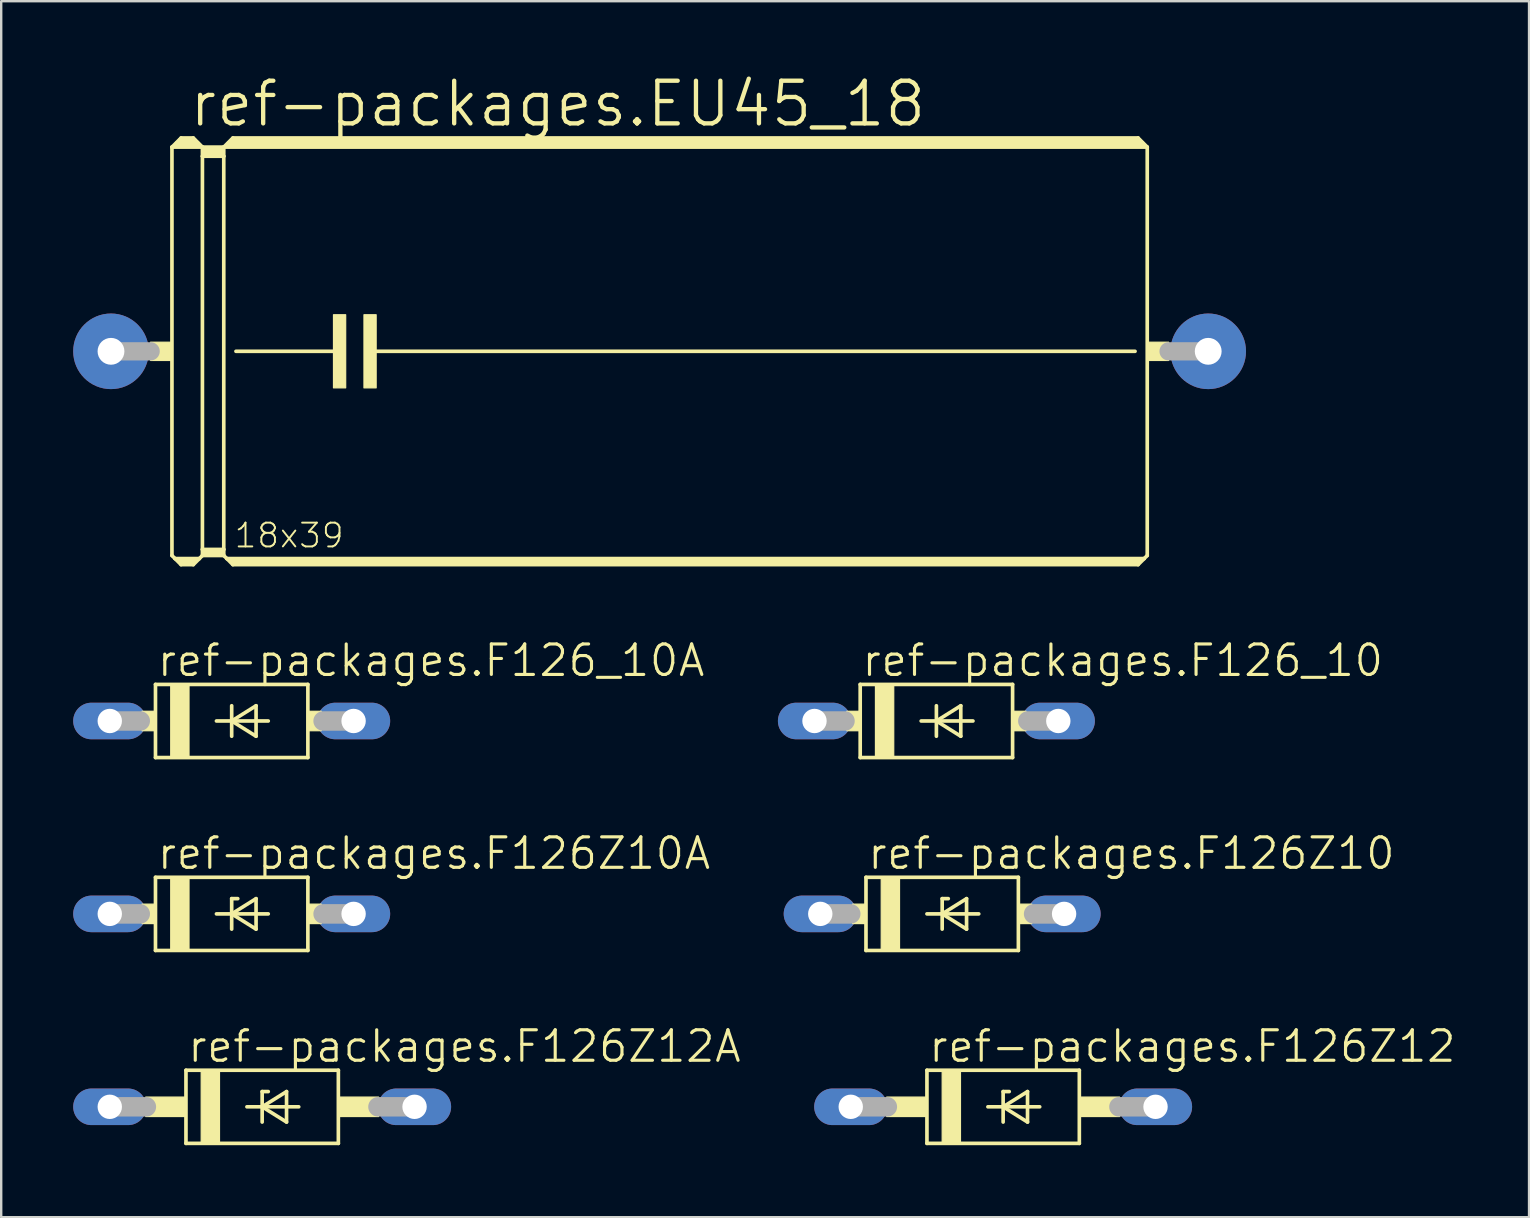
<source format=kicad_pcb>
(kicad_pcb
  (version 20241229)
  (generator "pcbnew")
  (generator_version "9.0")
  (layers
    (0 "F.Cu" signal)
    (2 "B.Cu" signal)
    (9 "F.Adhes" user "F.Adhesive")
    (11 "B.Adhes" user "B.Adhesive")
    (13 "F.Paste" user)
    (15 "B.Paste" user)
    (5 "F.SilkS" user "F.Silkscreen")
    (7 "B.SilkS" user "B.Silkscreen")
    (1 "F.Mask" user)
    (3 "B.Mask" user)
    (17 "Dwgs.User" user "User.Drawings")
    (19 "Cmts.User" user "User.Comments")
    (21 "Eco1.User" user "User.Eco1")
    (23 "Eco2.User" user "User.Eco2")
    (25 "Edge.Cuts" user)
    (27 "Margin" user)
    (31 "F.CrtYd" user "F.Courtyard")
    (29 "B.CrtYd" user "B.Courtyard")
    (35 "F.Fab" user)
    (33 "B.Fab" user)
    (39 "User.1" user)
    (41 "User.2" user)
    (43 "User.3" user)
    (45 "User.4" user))
  (footprint "ref-packages.F126Z10A"
    (layer "F.Cu")
    (at 6.604 35.031)
    (property "Reference" "ref-packages.F126Z10A" (at -3.175 -1.778 0) (layer "F.SilkS") (effects (font (size 1.27 1.27) (thickness 0.13)) (justify left bottom)))
    (attr through_hole)
    (fp_line (start -3.175 -1.524) (end -3.175 1.524) (stroke (width 0.152) (type default)) (layer "F.SilkS"))
    (fp_line (start -3.175 1.524) (end 3.175 1.524) (stroke (width 0.152) (type default)) (layer "F.SilkS"))
    (fp_line (start -0.635 0) (end 0 0) (stroke (width 0.152) (type default)) (layer "F.SilkS"))
    (fp_line (start 0 -0.635) (end 0 0) (stroke (width 0.152) (type default)) (layer "F.SilkS"))
    (fp_line (start 0 0) (end 0 0.635) (stroke (width 0.152) (type default)) (layer "F.SilkS"))
    (fp_line (start 0 0) (end 1.016 -0.635) (stroke (width 0.152) (type default)) (layer "F.SilkS"))
    (fp_line (start 0 0) (end 1.524 0) (stroke (width 0.152) (type default)) (layer "F.SilkS"))
    (fp_line (start 0.254 -0.635) (end 0 -0.635) (stroke (width 0.152) (type default)) (layer "F.SilkS"))
    (fp_line (start 1.016 -0.635) (end 1.016 0.635) (stroke (width 0.152) (type default)) (layer "F.SilkS"))
    (fp_line (start 1.016 0.635) (end 0 0) (stroke (width 0.152) (type default)) (layer "F.SilkS"))
    (fp_line (start 3.175 -1.524) (end -3.175 -1.524) (stroke (width 0.152) (type default)) (layer "F.SilkS"))
    (fp_line (start 3.175 1.524) (end 3.175 -1.524) (stroke (width 0.152) (type default)) (layer "F.SilkS"))
    (fp_rect (start -3.734 0.406) (end -3.175 -0.406) (stroke (width 0.05) (type default)) (fill yes) (layer "F.SilkS"))
    (fp_rect (start -2.54 1.524) (end -1.778 -1.524) (stroke (width 0.05) (type default)) (fill yes) (layer "F.SilkS"))
    (fp_rect (start 3.175 0.406) (end 3.734 -0.406) (stroke (width 0.05) (type default)) (fill yes) (layer "F.SilkS"))
    (fp_line (start -5.08 0) (end -3.81 0) (stroke (width 0.813) (type default)) (layer "F.Fab"))
    (fp_line (start 5.08 0) (end 3.81 0) (stroke (width 0.813) (type default)) (layer "F.Fab"))
    (pad "A" thru_hole oval (at 5.08 0) (size 3.048 1.524) (drill 1.016) (layers "*.Cu" "*.Mask"))
    (pad "C" thru_hole oval (at -5.08 0) (size 3.048 1.524) (drill 1.016) (layers "*.Cu" "*.Mask")))
  (footprint "ref-packages.F126Z10"
    (layer "F.Cu")
    (at 36.21 35.031)
    (property "Reference" "ref-packages.F126Z10" (at -3.175 -1.778 0) (layer "F.SilkS") (effects (font (size 1.27 1.27) (thickness 0.13)) (justify left bottom)))
    (attr through_hole)
    (fp_line (start -3.175 -1.524) (end -3.175 1.524) (stroke (width 0.152) (type default)) (layer "F.SilkS"))
    (fp_line (start -3.175 1.524) (end 3.175 1.524) (stroke (width 0.152) (type default)) (layer "F.SilkS"))
    (fp_line (start -0.635 0) (end 0 0) (stroke (width 0.152) (type default)) (layer "F.SilkS"))
    (fp_line (start 0 -0.635) (end 0 0) (stroke (width 0.152) (type default)) (layer "F.SilkS"))
    (fp_line (start 0 0) (end 0 0.635) (stroke (width 0.152) (type default)) (layer "F.SilkS"))
    (fp_line (start 0 0) (end 1.016 -0.635) (stroke (width 0.152) (type default)) (layer "F.SilkS"))
    (fp_line (start 0 0) (end 1.524 0) (stroke (width 0.152) (type default)) (layer "F.SilkS"))
    (fp_line (start 0.254 -0.635) (end 0 -0.635) (stroke (width 0.152) (type default)) (layer "F.SilkS"))
    (fp_line (start 1.016 -0.635) (end 1.016 0.635) (stroke (width 0.152) (type default)) (layer "F.SilkS"))
    (fp_line (start 1.016 0.635) (end 0 0) (stroke (width 0.152) (type default)) (layer "F.SilkS"))
    (fp_line (start 3.175 -1.524) (end -3.175 -1.524) (stroke (width 0.152) (type default)) (layer "F.SilkS"))
    (fp_line (start 3.175 1.524) (end 3.175 -1.524) (stroke (width 0.152) (type default)) (layer "F.SilkS"))
    (fp_rect (start -3.734 0.406) (end -3.175 -0.406) (stroke (width 0.05) (type default)) (fill yes) (layer "F.SilkS"))
    (fp_rect (start -2.54 1.524) (end -1.778 -1.524) (stroke (width 0.05) (type default)) (fill yes) (layer "F.SilkS"))
    (fp_rect (start 3.175 0.406) (end 3.734 -0.406) (stroke (width 0.05) (type default)) (fill yes) (layer "F.SilkS"))
    (fp_line (start -5.08 0) (end -3.81 0) (stroke (width 0.813) (type default)) (layer "F.Fab"))
    (fp_line (start 5.08 0) (end 3.81 0) (stroke (width 0.813) (type default)) (layer "F.Fab"))
    (pad "A" thru_hole oval (at 5.08 0) (size 3.048 1.524) (drill 1.016) (layers "*.Cu" "*.Mask"))
    (pad "C" thru_hole oval (at -5.08 0) (size 3.048 1.524) (drill 1.016) (layers "*.Cu" "*.Mask")))
  (footprint "ref-packages.F126_10A"
    (layer "F.Cu")
    (at 6.604 26.993)
    (property "Reference" "ref-packages.F126_10A" (at -3.175 -1.778 0) (layer "F.SilkS") (effects (font (size 1.27 1.27) (thickness 0.13)) (justify left bottom)))
    (attr through_hole)
    (fp_line (start -3.175 -1.524) (end -3.175 1.524) (stroke (width 0.152) (type default)) (layer "F.SilkS"))
    (fp_line (start -3.175 1.524) (end 3.175 1.524) (stroke (width 0.152) (type default)) (layer "F.SilkS"))
    (fp_line (start -0.635 0) (end 0 0) (stroke (width 0.152) (type default)) (layer "F.SilkS"))
    (fp_line (start 0 -0.635) (end 0 0) (stroke (width 0.152) (type default)) (layer "F.SilkS"))
    (fp_line (start 0 0) (end 0 0.635) (stroke (width 0.152) (type default)) (layer "F.SilkS"))
    (fp_line (start 0 0) (end 1.016 -0.635) (stroke (width 0.152) (type default)) (layer "F.SilkS"))
    (fp_line (start 0 0) (end 1.524 0) (stroke (width 0.152) (type default)) (layer "F.SilkS"))
    (fp_line (start 1.016 -0.635) (end 1.016 0.635) (stroke (width 0.152) (type default)) (layer "F.SilkS"))
    (fp_line (start 1.016 0.635) (end 0 0) (stroke (width 0.152) (type default)) (layer "F.SilkS"))
    (fp_line (start 3.175 -1.524) (end -3.175 -1.524) (stroke (width 0.152) (type default)) (layer "F.SilkS"))
    (fp_line (start 3.175 1.524) (end 3.175 -1.524) (stroke (width 0.152) (type default)) (layer "F.SilkS"))
    (fp_rect (start -3.734 0.406) (end -3.175 -0.406) (stroke (width 0.05) (type default)) (fill yes) (layer "F.SilkS"))
    (fp_rect (start -2.54 1.524) (end -1.778 -1.524) (stroke (width 0.05) (type default)) (fill yes) (layer "F.SilkS"))
    (fp_rect (start 3.175 0.406) (end 3.734 -0.406) (stroke (width 0.05) (type default)) (fill yes) (layer "F.SilkS"))
    (fp_line (start -5.08 0) (end -3.81 0) (stroke (width 0.813) (type default)) (layer "F.Fab"))
    (fp_line (start 5.08 0) (end 3.81 0) (stroke (width 0.813) (type default)) (layer "F.Fab"))
    (pad "A" thru_hole oval (at 5.08 0) (size 3.048 1.524) (drill 1.016) (layers "*.Cu" "*.Mask"))
    (pad "C" thru_hole oval (at -5.08 0) (size 3.048 1.524) (drill 1.016) (layers "*.Cu" "*.Mask")))
  (footprint "ref-packages.F126Z12"
    (layer "F.Cu")
    (at 38.75 43.07)
    (property "Reference" "ref-packages.F126Z12" (at -3.175 -1.778 0) (layer "F.SilkS") (effects (font (size 1.27 1.27) (thickness 0.13)) (justify left bottom)))
    (attr through_hole)
    (fp_line (start -3.175 -1.524) (end -3.175 1.524) (stroke (width 0.152) (type default)) (layer "F.SilkS"))
    (fp_line (start -3.175 1.524) (end 3.175 1.524) (stroke (width 0.152) (type default)) (layer "F.SilkS"))
    (fp_line (start -0.635 0) (end 0 0) (stroke (width 0.152) (type default)) (layer "F.SilkS"))
    (fp_line (start 0 -0.635) (end 0 0) (stroke (width 0.152) (type default)) (layer "F.SilkS"))
    (fp_line (start 0 0) (end 0 0.635) (stroke (width 0.152) (type default)) (layer "F.SilkS"))
    (fp_line (start 0 0) (end 1.016 -0.635) (stroke (width 0.152) (type default)) (layer "F.SilkS"))
    (fp_line (start 0 0) (end 1.524 0) (stroke (width 0.152) (type default)) (layer "F.SilkS"))
    (fp_line (start 0.254 -0.635) (end 0 -0.635) (stroke (width 0.152) (type default)) (layer "F.SilkS"))
    (fp_line (start 1.016 -0.635) (end 1.016 0.635) (stroke (width 0.152) (type default)) (layer "F.SilkS"))
    (fp_line (start 1.016 0.635) (end 0 0) (stroke (width 0.152) (type default)) (layer "F.SilkS"))
    (fp_line (start 3.175 -1.524) (end -3.175 -1.524) (stroke (width 0.152) (type default)) (layer "F.SilkS"))
    (fp_line (start 3.175 1.524) (end 3.175 -1.524) (stroke (width 0.152) (type default)) (layer "F.SilkS"))
    (fp_rect (start -4.851 0.406) (end -3.175 -0.406) (stroke (width 0.05) (type default)) (fill yes) (layer "F.SilkS"))
    (fp_rect (start -2.54 1.524) (end -1.778 -1.524) (stroke (width 0.05) (type default)) (fill yes) (layer "F.SilkS"))
    (fp_rect (start 3.175 0.406) (end 4.851 -0.406) (stroke (width 0.05) (type default)) (fill yes) (layer "F.SilkS"))
    (fp_line (start -6.35 0) (end -4.826 0) (stroke (width 0.813) (type default)) (layer "F.Fab"))
    (fp_line (start 6.35 0) (end 4.826 0) (stroke (width 0.813) (type default)) (layer "F.Fab"))
    (pad "A" thru_hole oval (at 6.35 0) (size 3.048 1.524) (drill 1.016) (layers "*.Cu" "*.Mask"))
    (pad "C" thru_hole oval (at -6.35 0) (size 3.048 1.524) (drill 1.016) (layers "*.Cu" "*.Mask")))
  (footprint "ref-packages.EU45_18"
    (layer "F.Cu")
    (at 24.435 11.589)
    (property "Reference" "ref-packages.EU45_18" (at -19.685 -9.271 0) (layer "F.SilkS") (effects (font (size 1.778 1.778) (thickness 0.18)) (justify left bottom)))
    (attr through_hole)
    (fp_line (start -20.32 -8.509) (end -20.32 8.509) (stroke (width 0.152) (type default)) (layer "F.SilkS"))
    (fp_line (start -20.32 -8.509) (end -19.939 -8.89) (stroke (width 0.152) (type default)) (layer "F.SilkS"))
    (fp_line (start -20.32 -8.509) (end -19.05 -8.509) (stroke (width 0.152) (type default)) (layer "F.SilkS"))
    (fp_line (start -20.32 8.509) (end -20.193 8.636) (stroke (width 0.152) (type default)) (layer "F.SilkS"))
    (fp_line (start -20.193 8.636) (end -19.939 8.89) (stroke (width 0.152) (type default)) (layer "F.SilkS"))
    (fp_line (start -20.193 8.636) (end -19.177 8.636) (stroke (width 0.152) (type default)) (layer "F.SilkS"))
    (fp_line (start -20.066 -8.636) (end -19.304 -8.636) (stroke (width 0.305) (type default)) (layer "F.SilkS"))
    (fp_line (start -19.939 -8.89) (end -19.431 -8.89) (stroke (width 0.152) (type default)) (layer "F.SilkS"))
    (fp_line (start -19.939 -8.763) (end -19.431 -8.763) (stroke (width 0.305) (type default)) (layer "F.SilkS"))
    (fp_line (start -19.939 8.763) (end -19.431 8.763) (stroke (width 0.254) (type default)) (layer "F.SilkS"))
    (fp_line (start -19.939 8.89) (end -19.431 8.89) (stroke (width 0.152) (type default)) (layer "F.SilkS"))
    (fp_line (start -19.177 8.636) (end -19.431 8.89) (stroke (width 0.152) (type default)) (layer "F.SilkS"))
    (fp_line (start -19.05 -8.509) (end -19.431 -8.89) (stroke (width 0.152) (type default)) (layer "F.SilkS"))
    (fp_line (start -19.05 -8.509) (end -19.05 -8.128) (stroke (width 0.152) (type default)) (layer "F.SilkS"))
    (fp_line (start -19.05 -8.509) (end -18.161 -8.509) (stroke (width 0.152) (type default)) (layer "F.SilkS"))
    (fp_line (start -19.05 -8.128) (end -18.161 -8.128) (stroke (width 0.152) (type default)) (layer "F.SilkS"))
    (fp_line (start -19.05 8.255) (end -19.05 -8.128) (stroke (width 0.152) (type default)) (layer "F.SilkS"))
    (fp_line (start -19.05 8.255) (end -18.161 8.255) (stroke (width 0.152) (type default)) (layer "F.SilkS"))
    (fp_line (start -19.05 8.509) (end -19.177 8.636) (stroke (width 0.152) (type default)) (layer "F.SilkS"))
    (fp_line (start -19.05 8.509) (end -19.05 8.255) (stroke (width 0.152) (type default)) (layer "F.SilkS"))
    (fp_line (start -19.05 8.509) (end -18.161 8.509) (stroke (width 0.152) (type default)) (layer "F.SilkS"))
    (fp_line (start -18.923 -8.382) (end -18.288 -8.382) (stroke (width 0.305) (type default)) (layer "F.SilkS"))
    (fp_line (start -18.923 -8.255) (end -18.288 -8.255) (stroke (width 0.305) (type default)) (layer "F.SilkS"))
    (fp_line (start -18.923 8.382) (end -18.288 8.382) (stroke (width 0.254) (type default)) (layer "F.SilkS"))
    (fp_line (start -18.161 -8.509) (end -18.161 -8.128) (stroke (width 0.152) (type default)) (layer "F.SilkS"))
    (fp_line (start -18.161 -8.509) (end 20.32 -8.509) (stroke (width 0.152) (type default)) (layer "F.SilkS"))
    (fp_line (start -18.161 -8.128) (end -18.161 8.255) (stroke (width 0.152) (type default)) (layer "F.SilkS"))
    (fp_line (start -18.161 8.255) (end -18.161 8.509) (stroke (width 0.152) (type default)) (layer "F.SilkS"))
    (fp_line (start -18.034 8.636) (end -18.161 8.509) (stroke (width 0.152) (type default)) (layer "F.SilkS"))
    (fp_line (start -18.034 8.636) (end 20.193 8.636) (stroke (width 0.152) (type default)) (layer "F.SilkS"))
    (fp_line (start -17.907 -8.636) (end 20.066 -8.636) (stroke (width 0.305) (type default)) (layer "F.SilkS"))
    (fp_line (start -17.78 -8.89) (end -18.161 -8.509) (stroke (width 0.152) (type default)) (layer "F.SilkS"))
    (fp_line (start -17.78 -8.89) (end 19.939 -8.89) (stroke (width 0.152) (type default)) (layer "F.SilkS"))
    (fp_line (start -17.78 -8.763) (end 19.939 -8.763) (stroke (width 0.305) (type default)) (layer "F.SilkS"))
    (fp_line (start -17.78 8.763) (end 19.939 8.763) (stroke (width 0.254) (type default)) (layer "F.SilkS"))
    (fp_line (start -17.78 8.89) (end -18.034 8.636) (stroke (width 0.152) (type default)) (layer "F.SilkS"))
    (fp_line (start -17.78 8.89) (end 19.939 8.89) (stroke (width 0.152) (type default)) (layer "F.SilkS"))
    (fp_line (start -17.653 0) (end -13.335 0) (stroke (width 0.152) (type default)) (layer "F.SilkS"))
    (fp_line (start -11.938 0) (end 19.812 0) (stroke (width 0.152) (type default)) (layer "F.SilkS"))
    (fp_line (start 19.939 -8.89) (end 20.32 -8.509) (stroke (width 0.152) (type default)) (layer "F.SilkS"))
    (fp_line (start 19.939 8.89) (end 20.193 8.636) (stroke (width 0.152) (type default)) (layer "F.SilkS"))
    (fp_line (start 20.193 8.636) (end 20.32 8.509) (stroke (width 0.152) (type default)) (layer "F.SilkS"))
    (fp_line (start 20.32 -8.509) (end 20.32 8.509) (stroke (width 0.152) (type default)) (layer "F.SilkS"))
    (fp_rect (start -21.209 0.381) (end -20.32 -0.381) (stroke (width 0.05) (type default)) (fill yes) (layer "F.SilkS"))
    (fp_rect (start -13.589 1.524) (end -13.081 -1.524) (stroke (width 0.05) (type default)) (fill yes) (layer "F.SilkS"))
    (fp_rect (start -12.319 1.524) (end -11.811 -1.524) (stroke (width 0.05) (type default)) (fill yes) (layer "F.SilkS"))
    (fp_rect (start 20.32 0.381) (end 21.209 -0.381) (stroke (width 0.05) (type default)) (fill yes) (layer "F.SilkS"))
    (fp_line (start -22.86 0) (end -21.209 0) (stroke (width 0.762) (type default)) (layer "F.Fab"))
    (fp_line (start 22.86 0) (end 21.209 0) (stroke (width 0.762) (type default)) (layer "F.Fab"))
    (fp_text user "18x39" (at -17.78 8.255 0) (layer "F.SilkS") (effects (font (size 0.991 0.991) (thickness 0.08)) (justify left bottom)))
    (pad "1" thru_hole circle (at -22.86 0) (size 3.15 3.15) (drill 1.118) (layers "*.Cu" "*.Mask"))
    (pad "2" thru_hole circle (at 22.86 0) (size 3.15 3.15) (drill 1.118) (layers "*.Cu" "*.Mask")))
  (footprint "ref-packages.F126_10"
    (layer "F.Cu")
    (at 35.969 26.993)
    (property "Reference" "ref-packages.F126_10" (at -3.175 -1.778 0) (layer "F.SilkS") (effects (font (size 1.27 1.27) (thickness 0.13)) (justify left bottom)))
    (attr through_hole)
    (fp_line (start -3.175 -1.524) (end -3.175 1.524) (stroke (width 0.152) (type default)) (layer "F.SilkS"))
    (fp_line (start -3.175 1.524) (end 3.175 1.524) (stroke (width 0.152) (type default)) (layer "F.SilkS"))
    (fp_line (start -0.635 0) (end 0 0) (stroke (width 0.152) (type default)) (layer "F.SilkS"))
    (fp_line (start 0 -0.635) (end 0 0) (stroke (width 0.152) (type default)) (layer "F.SilkS"))
    (fp_line (start 0 0) (end 0 0.635) (stroke (width 0.152) (type default)) (layer "F.SilkS"))
    (fp_line (start 0 0) (end 1.016 -0.635) (stroke (width 0.152) (type default)) (layer "F.SilkS"))
    (fp_line (start 0 0) (end 1.524 0) (stroke (width 0.152) (type default)) (layer "F.SilkS"))
    (fp_line (start 1.016 -0.635) (end 1.016 0.635) (stroke (width 0.152) (type default)) (layer "F.SilkS"))
    (fp_line (start 1.016 0.635) (end 0 0) (stroke (width 0.152) (type default)) (layer "F.SilkS"))
    (fp_line (start 3.175 -1.524) (end -3.175 -1.524) (stroke (width 0.152) (type default)) (layer "F.SilkS"))
    (fp_line (start 3.175 1.524) (end 3.175 -1.524) (stroke (width 0.152) (type default)) (layer "F.SilkS"))
    (fp_rect (start -3.734 0.406) (end -3.175 -0.406) (stroke (width 0.05) (type default)) (fill yes) (layer "F.SilkS"))
    (fp_rect (start -2.54 1.524) (end -1.778 -1.524) (stroke (width 0.05) (type default)) (fill yes) (layer "F.SilkS"))
    (fp_rect (start 3.175 0.406) (end 3.734 -0.406) (stroke (width 0.05) (type default)) (fill yes) (layer "F.SilkS"))
    (fp_line (start -5.08 0) (end -3.81 0) (stroke (width 0.813) (type default)) (layer "F.Fab"))
    (fp_line (start 5.08 0) (end 3.81 0) (stroke (width 0.813) (type default)) (layer "F.Fab"))
    (pad "A" thru_hole oval (at 5.08 0) (size 3.048 1.524) (drill 1.016) (layers "*.Cu" "*.Mask"))
    (pad "C" thru_hole oval (at -5.08 0) (size 3.048 1.524) (drill 1.016) (layers "*.Cu" "*.Mask")))
  (footprint "ref-packages.F126Z12A"
    (layer "F.Cu")
    (at 7.874 43.07)
    (property "Reference" "ref-packages.F126Z12A" (at -3.175 -1.778 0) (layer "F.SilkS") (effects (font (size 1.27 1.27) (thickness 0.13)) (justify left bottom)))
    (attr through_hole)
    (fp_line (start -3.175 -1.524) (end -3.175 1.524) (stroke (width 0.152) (type default)) (layer "F.SilkS"))
    (fp_line (start -3.175 1.524) (end 3.175 1.524) (stroke (width 0.152) (type default)) (layer "F.SilkS"))
    (fp_line (start -0.635 0) (end 0 0) (stroke (width 0.152) (type default)) (layer "F.SilkS"))
    (fp_line (start 0 -0.635) (end 0 0) (stroke (width 0.152) (type default)) (layer "F.SilkS"))
    (fp_line (start 0 0) (end 0 0.635) (stroke (width 0.152) (type default)) (layer "F.SilkS"))
    (fp_line (start 0 0) (end 1.016 -0.635) (stroke (width 0.152) (type default)) (layer "F.SilkS"))
    (fp_line (start 0 0) (end 1.524 0) (stroke (width 0.152) (type default)) (layer "F.SilkS"))
    (fp_line (start 0.254 -0.635) (end 0 -0.635) (stroke (width 0.152) (type default)) (layer "F.SilkS"))
    (fp_line (start 1.016 -0.635) (end 1.016 0.635) (stroke (width 0.152) (type default)) (layer "F.SilkS"))
    (fp_line (start 1.016 0.635) (end 0 0) (stroke (width 0.152) (type default)) (layer "F.SilkS"))
    (fp_line (start 3.175 -1.524) (end -3.175 -1.524) (stroke (width 0.152) (type default)) (layer "F.SilkS"))
    (fp_line (start 3.175 1.524) (end 3.175 -1.524) (stroke (width 0.152) (type default)) (layer "F.SilkS"))
    (fp_rect (start -4.851 0.406) (end -3.175 -0.406) (stroke (width 0.05) (type default)) (fill yes) (layer "F.SilkS"))
    (fp_rect (start -2.54 1.524) (end -1.778 -1.524) (stroke (width 0.05) (type default)) (fill yes) (layer "F.SilkS"))
    (fp_rect (start 3.175 0.406) (end 4.851 -0.406) (stroke (width 0.05) (type default)) (fill yes) (layer "F.SilkS"))
    (fp_line (start -6.35 0) (end -4.826 0) (stroke (width 0.813) (type default)) (layer "F.Fab"))
    (fp_line (start 6.35 0) (end 4.826 0) (stroke (width 0.813) (type default)) (layer "F.Fab"))
    (pad "A" thru_hole oval (at 6.35 0) (size 3.048 1.524) (drill 1.016) (layers "*.Cu" "*.Mask"))
    (pad "C" thru_hole oval (at -6.35 0) (size 3.048 1.524) (drill 1.016) (layers "*.Cu" "*.Mask")))
  (gr_rect
    (start -3 -3)
    (end 60.664 47.67)
    (stroke (width 0.1) (type default))
    (fill no)
    (layer "Edge.Cuts")))
</source>
